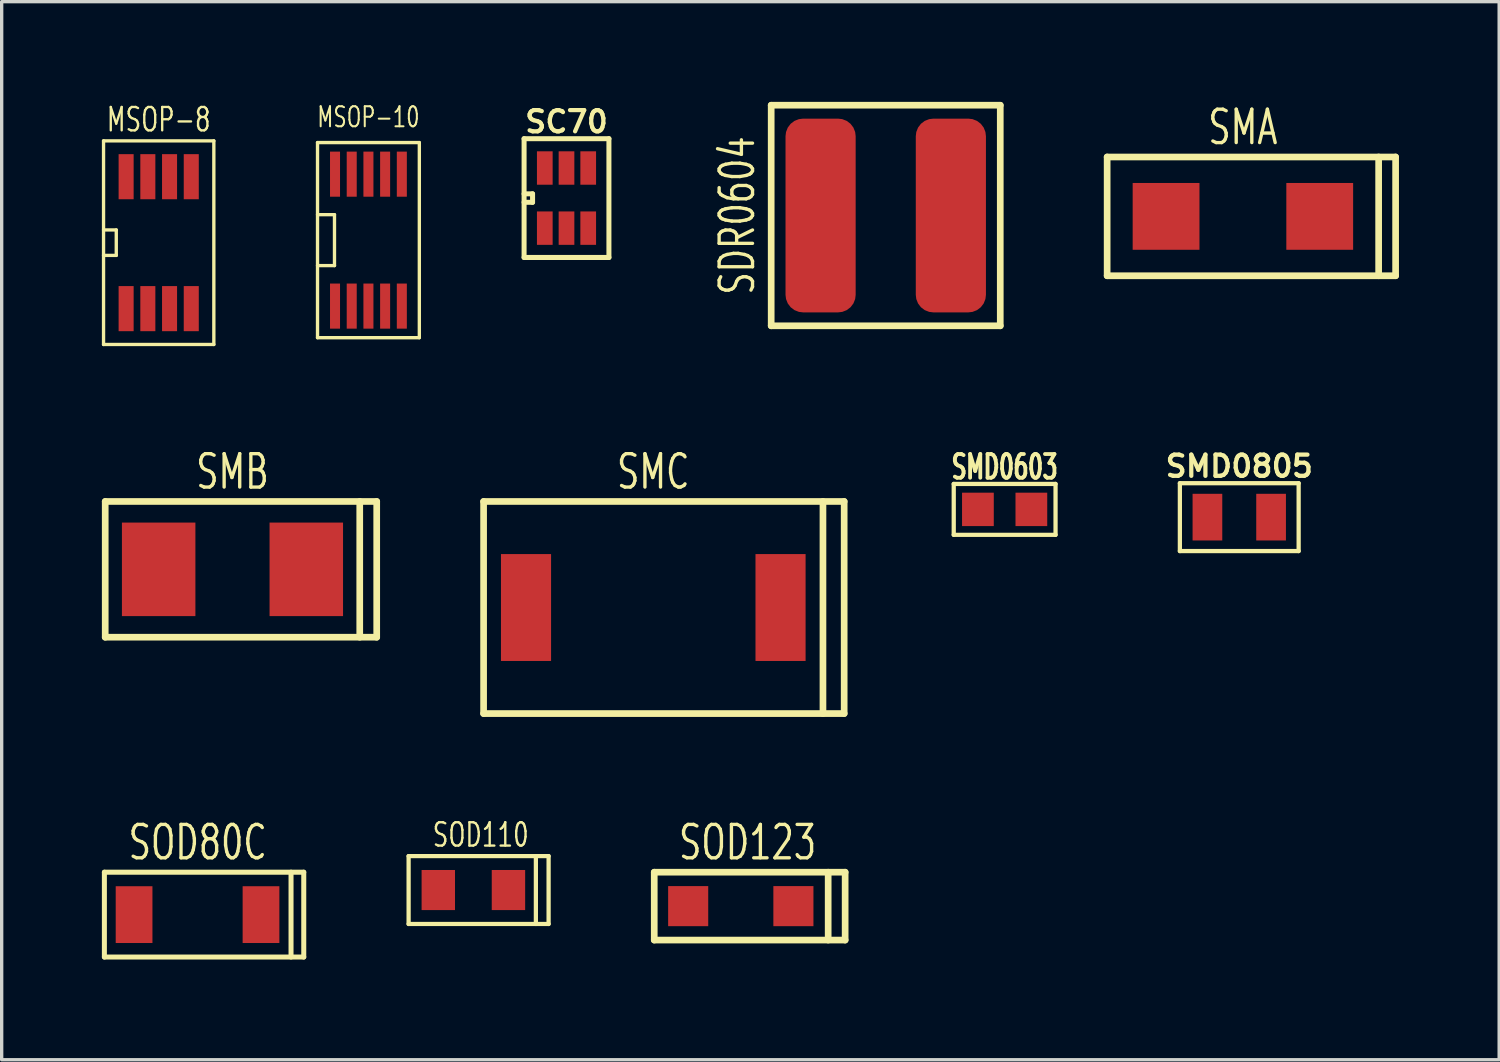
<source format=kicad_pcb>
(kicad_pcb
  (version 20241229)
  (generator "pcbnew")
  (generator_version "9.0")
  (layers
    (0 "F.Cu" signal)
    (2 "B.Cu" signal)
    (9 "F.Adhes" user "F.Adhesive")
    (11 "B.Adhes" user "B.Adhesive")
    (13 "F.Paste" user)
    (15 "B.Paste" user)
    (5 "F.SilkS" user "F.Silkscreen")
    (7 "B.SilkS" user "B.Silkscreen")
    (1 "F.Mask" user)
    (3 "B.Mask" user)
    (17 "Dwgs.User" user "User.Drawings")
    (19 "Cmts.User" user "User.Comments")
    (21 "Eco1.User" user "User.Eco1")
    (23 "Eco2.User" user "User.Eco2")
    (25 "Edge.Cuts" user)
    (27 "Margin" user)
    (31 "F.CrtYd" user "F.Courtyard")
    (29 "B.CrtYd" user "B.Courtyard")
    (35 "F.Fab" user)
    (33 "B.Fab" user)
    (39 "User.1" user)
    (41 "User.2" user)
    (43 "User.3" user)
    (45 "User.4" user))
  (footprint "SMA"
    (layer "F.Cu")
    (at 34.16 3.428)
    (property "Reference" "SMA" (at 0 -2.667 0) (layer "F.SilkS") (effects (font (size 1 0.7) (thickness 0.1))))
    (attr smd)
    (fp_line (start -4.064 1.778) (end -4.064 -1.778) (stroke (width 0.2) (type solid)) (layer "F.SilkS"))
    (fp_line (start 4.064 -1.778) (end 4.064 1.778) (stroke (width 0.2) (type solid)) (layer "F.SilkS"))
    (fp_line (start 4.572 -1.778) (end -4.064 -1.778) (stroke (width 0.2) (type solid)) (layer "F.SilkS"))
    (fp_line (start 4.572 1.778) (end -4.064 1.778) (stroke (width 0.2) (type solid)) (layer "F.SilkS"))
    (fp_line (start 4.572 1.778) (end 4.572 -1.778) (stroke (width 0.2) (type solid)) (layer "F.SilkS"))
    (pad "1" smd rect (at -2.3 0) (size 2 2) (layers "F.Cu" "F.Mask"))
    (pad "2" smd rect (at 2.3 0) (size 2 2) (layers "F.Cu" "F.Mask")))
  (footprint "SOD80C"
    (layer "F.Cu")
    (at 0.964 24.332)
    (property "Reference" "SOD80C" (at 1.905 -2.159 0) (layer "F.SilkS") (effects (font (size 1 0.7) (thickness 0.1))))
    (attr through_hole)
    (fp_line (start -0.889 -1.27) (end 5.08 -1.27) (stroke (width 0.15) (type solid)) (layer "F.SilkS"))
    (fp_line (start -0.889 1.27) (end -0.889 -1.27) (stroke (width 0.15) (type solid)) (layer "F.SilkS"))
    (fp_line (start 4.699 -1.27) (end 4.699 1.27) (stroke (width 0.15) (type solid)) (layer "F.SilkS"))
    (fp_line (start 5.08 1.27) (end -0.889 1.27) (stroke (width 0.15) (type solid)) (layer "F.SilkS"))
    (fp_line (start 5.08 1.27) (end 5.08 -1.27) (stroke (width 0.15) (type solid)) (layer "F.SilkS"))
    (pad "1" smd rect (at 0 0) (size 1.1 1.7) (layers "F.Cu" "F.Mask"))
    (pad "2" smd rect (at 3.8 0) (size 1.1 1.7) (layers "F.Cu" "F.Mask")))
  (footprint "MSOP-10"
    (layer "F.Cu")
    (at 7.98 4.139)
    (property "Reference" "MSOP-10" (at 0 -3.683 0) (layer "F.SilkS") (effects (font (size 0.6 0.42) (thickness 0.06))))
    (attr smd)
    (fp_line (start -1.524 -2.921) (end 1.524 -2.921) (stroke (width 0.1) (type solid)) (layer "F.SilkS"))
    (fp_line (start -1.524 -0.762) (end -1.016 -0.762) (stroke (width 0.1) (type solid)) (layer "F.SilkS"))
    (fp_line (start -1.524 2.921) (end -1.524 -2.921) (stroke (width 0.1) (type solid)) (layer "F.SilkS"))
    (fp_line (start -1.016 -0.762) (end -1.016 0.762) (stroke (width 0.1) (type solid)) (layer "F.SilkS"))
    (fp_line (start -1.016 0.762) (end -1.524 0.762) (stroke (width 0.1) (type solid)) (layer "F.SilkS"))
    (fp_line (start 1.524 -2.921) (end 1.524 2.921) (stroke (width 0.1) (type solid)) (layer "F.SilkS"))
    (fp_line (start 1.524 2.921) (end -1.524 2.921) (stroke (width 0.1) (type solid)) (layer "F.SilkS"))
    (pad "1" smd rect (at -1 1.975) (size 0.3 1.35) (layers "F.Cu" "F.Mask"))
    (pad "2" smd rect (at -0.5 1.975) (size 0.3 1.35) (layers "F.Cu" "F.Mask"))
    (pad "3" smd rect (at 0 1.975) (size 0.3 1.35) (layers "F.Cu" "F.Mask"))
    (pad "4" smd rect (at 0.5 1.975) (size 0.3 1.35) (layers "F.Cu" "F.Mask"))
    (pad "5" smd rect (at 1 1.975) (size 0.3 1.35) (layers "F.Cu" "F.Mask"))
    (pad "6" smd rect (at 1 -1.975) (size 0.3 1.35) (layers "F.Cu" "F.Mask"))
    (pad "7" smd rect (at 0.5 -1.975) (size 0.3 1.35) (layers "F.Cu" "F.Mask"))
    (pad "8" smd rect (at 0 -1.975) (size 0.3 1.35) (layers "F.Cu" "F.Mask"))
    (pad "9" smd rect (at -0.5 -1.975) (size 0.3 1.35) (layers "F.Cu" "F.Mask"))
    (pad "10" smd rect (at -1 -1.975) (size 0.3 1.35) (layers "F.Cu" "F.Mask")))
  (footprint "SOD123"
    (layer "F.Cu")
    (at 17.553 24.078)
    (property "Reference" "SOD123" (at 1.778 -1.905 0) (layer "F.SilkS") (effects (font (size 1 0.7) (thickness 0.1))))
    (attr through_hole)
    (fp_line (start -1.016 -1.016) (end 4.699 -1.016) (stroke (width 0.2) (type solid)) (layer "F.SilkS"))
    (fp_line (start -1.016 1.016) (end -1.016 -1.016) (stroke (width 0.2) (type solid)) (layer "F.SilkS"))
    (fp_line (start 4.191 -1.016) (end 4.191 1.016) (stroke (width 0.2) (type solid)) (layer "F.SilkS"))
    (fp_line (start 4.699 -1.016) (end 4.699 1.016) (stroke (width 0.2) (type solid)) (layer "F.SilkS"))
    (fp_line (start 4.699 1.016) (end -1.016 1.016) (stroke (width 0.2) (type solid)) (layer "F.SilkS"))
    (pad "1" connect rect (at 0 0) (size 1.2 1.2) (layers "F.Cu" "F.Mask"))
    (pad "2" connect rect (at 3.15 0) (size 1.2 1.2) (layers "F.Cu" "F.Mask")))
  (footprint "MSOP-8"
    (layer "F.Cu")
    (at 1.701 4.215)
    (property "Reference" "MSOP-8" (at 0 -3.683 0) (layer "F.SilkS") (effects (font (size 0.7 0.49) (thickness 0.07))))
    (attr smd)
    (fp_line (start -1.651 -3.048) (end 1.651 -3.048) (stroke (width 0.1) (type solid)) (layer "F.SilkS"))
    (fp_line (start -1.651 -0.381) (end -1.27 -0.381) (stroke (width 0.1) (type solid)) (layer "F.SilkS"))
    (fp_line (start -1.651 3.048) (end -1.651 -3.048) (stroke (width 0.1) (type solid)) (layer "F.SilkS"))
    (fp_line (start -1.651 3.048) (end 1.651 3.048) (stroke (width 0.1) (type solid)) (layer "F.SilkS"))
    (fp_line (start -1.27 -0.381) (end -1.27 0.381) (stroke (width 0.1) (type solid)) (layer "F.SilkS"))
    (fp_line (start -1.27 0.381) (end -1.651 0.381) (stroke (width 0.1) (type solid)) (layer "F.SilkS"))
    (fp_line (start 1.651 -3.048) (end 1.651 3.048) (stroke (width 0.1) (type solid)) (layer "F.SilkS"))
    (pad "1" smd rect (at -0.975 1.975) (size 0.45 1.35) (layers "F.Cu" "F.Mask"))
    (pad "2" smd rect (at -0.325 1.975) (size 0.45 1.35) (layers "F.Cu" "F.Mask"))
    (pad "3" smd rect (at 0.325 1.975) (size 0.45 1.35) (layers "F.Cu" "F.Mask"))
    (pad "4" smd rect (at 0.975 1.975) (size 0.45 1.35) (layers "F.Cu" "F.Mask"))
    (pad "5" smd rect (at 0.975 -1.975) (size 0.45 1.35) (layers "F.Cu" "F.Mask"))
    (pad "6" smd rect (at 0.325 -1.975) (size 0.45 1.35) (layers "F.Cu" "F.Mask"))
    (pad "7" smd rect (at -0.325 -1.975) (size 0.45 1.35) (layers "F.Cu" "F.Mask"))
    (pad "8" smd rect (at -0.975 -1.975) (size 0.45 1.35) (layers "F.Cu" "F.Mask")))
  (footprint "SMC"
    (layer "F.Cu")
    (at 16.508 15.138)
    (property "Reference" "SMC" (at 0 -4.064 0) (layer "F.SilkS") (effects (font (size 1 0.7) (thickness 0.1))))
    (attr smd)
    (fp_line (start -5.08 3.175) (end -5.08 -3.175) (stroke (width 0.2) (type solid)) (layer "F.SilkS"))
    (fp_line (start -5.08 3.175) (end 5.715 3.175) (stroke (width 0.2) (type solid)) (layer "F.SilkS"))
    (fp_line (start 5.08 3.175) (end 5.08 -3.175) (stroke (width 0.2) (type solid)) (layer "F.SilkS"))
    (fp_line (start 5.715 -3.175) (end -5.08 -3.175) (stroke (width 0.2) (type solid)) (layer "F.SilkS"))
    (fp_line (start 5.715 -3.175) (end 5.715 3.175) (stroke (width 0.2) (type solid)) (layer "F.SilkS"))
    (pad "1" smd rect (at -3.81 0) (size 1.5 3.2) (layers "F.Cu" "F.Mask"))
    (pad "2" smd rect (at 3.81 0) (size 1.5 3.2) (layers "F.Cu" "F.Mask")))
  (footprint "SMD0603"
    (layer "F.Cu")
    (at 27.027 12.2)
    (property "Reference" "SMD0603" (at 0 -1.27 0) (layer "F.SilkS") (effects (font (size 0.711 0.457) (thickness 0.114))))
    (attr smd)
    (fp_line (start -1.524 -0.762) (end 1.524 -0.762) (stroke (width 0.127) (type solid)) (layer "F.SilkS"))
    (fp_line (start -1.524 0.762) (end -1.524 -0.762) (stroke (width 0.127) (type solid)) (layer "F.SilkS"))
    (fp_line (start -1.524 0.762) (end 1.524 0.762) (stroke (width 0.127) (type solid)) (layer "F.SilkS"))
    (fp_line (start 1.524 -0.762) (end 1.524 0.762) (stroke (width 0.127) (type solid)) (layer "F.SilkS"))
    (pad "1" smd rect (at -0.8 0) (size 0.95 1) (layers "F.Cu" "F.Mask"))
    (pad "2" smd rect (at 0.8 0) (size 0.95 1) (layers "F.Cu" "F.Mask")))
  (footprint "SDR0604"
    (layer "F.Cu")
    (at 23.467 3.402)
    (property "Reference" "SDR0604" (at -4.445 0 90) (layer "F.SilkS") (effects (font (size 1 0.7) (thickness 0.1))))
    (attr smd)
    (fp_line (start -3.429 -3.302) (end -3.429 3.302) (stroke (width 0.2) (type solid)) (layer "F.SilkS"))
    (fp_line (start -3.429 -3.302) (end 3.429 -3.302) (stroke (width 0.2) (type solid)) (layer "F.SilkS"))
    (fp_line (start 3.429 -3.302) (end 3.429 3.302) (stroke (width 0.2) (type solid)) (layer "F.SilkS"))
    (fp_line (start 3.429 3.302) (end -3.429 3.302) (stroke (width 0.2) (type solid)) (layer "F.SilkS"))
    (pad "1" smd roundrect (at -1.95 0) (size 2.1 5.8) (layers "F.Cu" "F.Mask") (roundrect_rratio 0.25))
    (pad "2" smd roundrect (at 1.95 0) (size 2.1 5.8) (layers "F.Cu" "F.Mask") (roundrect_rratio 0.25)))
  (footprint "SOD110"
    (layer "F.Cu")
    (at 10.072 23.596)
    (property "Reference" "SOD110" (at 1.27 -1.651 0) (layer "F.SilkS") (effects (font (size 0.7 0.49) (thickness 0.07))))
    (attr through_hole)
    (fp_line (start -0.889 1.016) (end -0.889 -1.016) (stroke (width 0.127) (type solid)) (layer "F.SilkS"))
    (fp_line (start -0.889 1.016) (end 3.302 1.016) (stroke (width 0.127) (type solid)) (layer "F.SilkS"))
    (fp_line (start 2.921 -1.016) (end 2.921 1.016) (stroke (width 0.127) (type solid)) (layer "F.SilkS"))
    (fp_line (start 3.302 -1.016) (end -0.889 -1.016) (stroke (width 0.127) (type solid)) (layer "F.SilkS"))
    (fp_line (start 3.302 -1.016) (end 3.302 1.016) (stroke (width 0.127) (type solid)) (layer "F.SilkS"))
    (pad "1" smd rect (at 0 0) (size 1 1.2) (layers "F.Cu" "F.Mask"))
    (pad "2" smd rect (at 2.1 0) (size 1 1.2) (layers "F.Cu" "F.Mask")))
  (footprint "SMD0805"
    (layer "F.Cu")
    (at 34.051 12.432)
    (property "Reference" "SMD0805" (at 0 -1.524 0) (layer "F.SilkS") (effects (font (size 0.635 0.635) (thickness 0.127))))
    (attr smd)
    (fp_line (start -1.778 -1.016) (end -1.778 1.016) (stroke (width 0.127) (type solid)) (layer "F.SilkS"))
    (fp_line (start -1.778 -1.016) (end 1.778 -1.016) (stroke (width 0.127) (type solid)) (layer "F.SilkS"))
    (fp_line (start -1.778 1.016) (end 1.778 1.016) (stroke (width 0.127) (type solid)) (layer "F.SilkS"))
    (fp_line (start 1.778 1.016) (end 1.778 -1.016) (stroke (width 0.127) (type solid)) (layer "F.SilkS"))
    (pad "1" smd rect (at -0.953 0) (size 0.889 1.397) (layers "F.Cu" "F.Mask" "F.Paste"))
    (pad "2" smd rect (at 0.953 0) (size 0.889 1.397) (layers "F.Cu" "F.Mask" "F.Paste")))
  (footprint "SMB"
    (layer "F.Cu")
    (at 3.91 13.995)
    (property "Reference" "SMB" (at 0 -2.921 0) (layer "F.SilkS") (effects (font (size 1 0.7) (thickness 0.1))))
    (attr smd)
    (fp_line (start -3.81 2.032) (end -3.81 -2.032) (stroke (width 0.2) (type solid)) (layer "F.SilkS"))
    (fp_line (start 3.81 -2.032) (end 3.81 2.032) (stroke (width 0.2) (type solid)) (layer "F.SilkS"))
    (fp_line (start 4.318 -2.032) (end -3.81 -2.032) (stroke (width 0.2) (type solid)) (layer "F.SilkS"))
    (fp_line (start 4.318 2.032) (end -3.81 2.032) (stroke (width 0.2) (type solid)) (layer "F.SilkS"))
    (fp_line (start 4.318 2.032) (end 4.318 -2.032) (stroke (width 0.2) (type solid)) (layer "F.SilkS"))
    (pad "1" smd rect (at -2.21 0) (size 2.2 2.8) (layers "F.Cu" "F.Mask"))
    (pad "2" smd rect (at 2.21 0) (size 2.2 2.8) (layers "F.Cu" "F.Mask" "F.Paste")))
  (footprint "SC70"
    (layer "F.Cu")
    (at 13.91 2.88)
    (property "Reference" "SC70" (at 0 -2.286 0) (layer "F.SilkS") (effects (font (size 0.635 0.635) (thickness 0.127))))
    (attr smd)
    (fp_line (start -1.27 -1.778) (end -1.27 1.778) (stroke (width 0.15) (type solid)) (layer "F.SilkS"))
    (fp_line (start -1.27 -0.127) (end -1.016 -0.127) (stroke (width 0.15) (type solid)) (layer "F.SilkS"))
    (fp_line (start -1.27 1.778) (end 1.27 1.778) (stroke (width 0.15) (type solid)) (layer "F.SilkS"))
    (fp_line (start -1.016 -0.127) (end -1.016 0.127) (stroke (width 0.15) (type solid)) (layer "F.SilkS"))
    (fp_line (start -1.016 0.127) (end -1.27 0.127) (stroke (width 0.15) (type solid)) (layer "F.SilkS"))
    (fp_line (start 1.27 -1.778) (end -1.27 -1.778) (stroke (width 0.15) (type solid)) (layer "F.SilkS"))
    (fp_line (start 1.27 1.778) (end 1.27 -1.778) (stroke (width 0.15) (type solid)) (layer "F.SilkS"))
    (pad "1" smd rect (at -0.65 0.9) (size 0.47 1) (layers "F.Cu" "F.Mask" "F.Paste"))
    (pad "2" smd rect (at 0 0.9) (size 0.47 1) (layers "F.Cu" "F.Mask" "F.Paste"))
    (pad "3" smd rect (at 0.65 0.9) (size 0.47 1) (layers "F.Cu" "F.Mask" "F.Paste"))
    (pad "4" smd rect (at 0.65 -0.9) (size 0.47 1) (layers "F.Cu" "F.Mask" "F.Paste"))
    (pad "5" smd rect (at 0 -0.9) (size 0.47 1) (layers "F.Cu" "F.Mask" "F.Paste"))
    (pad "6" smd rect (at -0.65 -0.9) (size 0.47 1) (layers "F.Cu" "F.Mask" "F.Paste")))
  (gr_rect
    (start -3 -3)
    (end 41.832 28.677)
    (stroke (width 0.1) (type default))
    (fill no)
    (layer "Edge.Cuts")))
</source>
